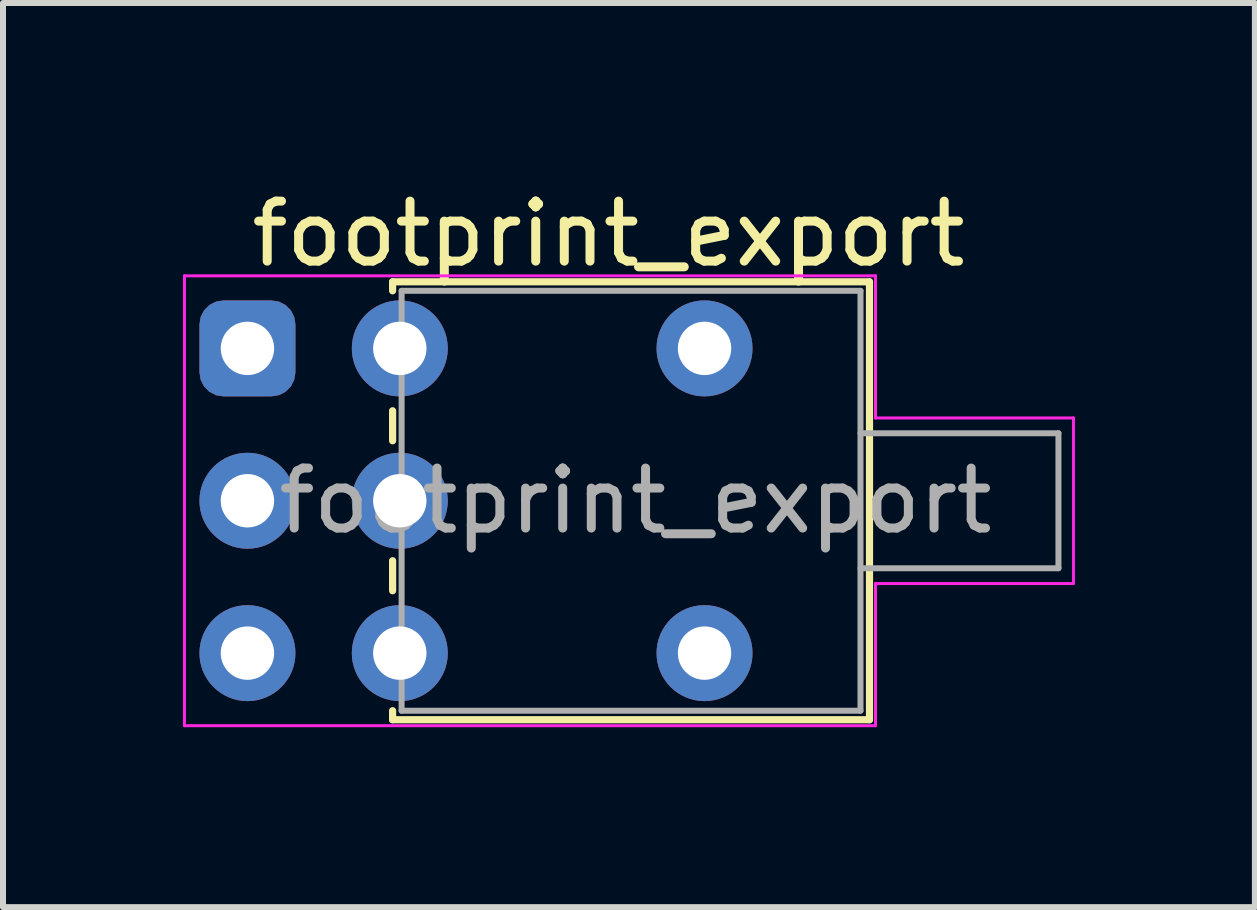
<source format=kicad_pcb>
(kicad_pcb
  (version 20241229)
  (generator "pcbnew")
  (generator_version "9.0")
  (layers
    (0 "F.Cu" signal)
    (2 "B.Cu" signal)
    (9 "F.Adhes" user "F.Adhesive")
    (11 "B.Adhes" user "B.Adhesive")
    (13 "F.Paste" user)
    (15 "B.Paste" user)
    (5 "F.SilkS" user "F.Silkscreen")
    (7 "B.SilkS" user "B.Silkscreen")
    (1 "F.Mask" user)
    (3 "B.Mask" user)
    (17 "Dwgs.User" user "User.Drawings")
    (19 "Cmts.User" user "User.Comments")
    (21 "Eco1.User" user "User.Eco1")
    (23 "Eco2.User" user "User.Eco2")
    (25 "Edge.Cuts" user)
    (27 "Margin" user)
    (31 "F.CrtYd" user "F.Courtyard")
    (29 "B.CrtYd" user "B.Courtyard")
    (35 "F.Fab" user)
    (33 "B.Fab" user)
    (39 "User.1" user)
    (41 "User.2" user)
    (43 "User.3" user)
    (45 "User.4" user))
  (footprint "footprint_export"
    (layer "F.Cu")
    (at 1.075 2.758)
    (property "Reference" "footprint_export" (at 6.02 -1.91 180) (layer "F.SilkS") (effects (font (size 1 1) (thickness 0.15))))
    (attr through_hole)
    (fp_line (start 2.42 -1.11) (end 2.42 -0.96) (stroke (width 0.12) (type solid)) (layer "F.SilkS"))
    (fp_line (start 2.42 1.54) (end 2.42 1.04) (stroke (width 0.12) (type solid)) (layer "F.SilkS"))
    (fp_line (start 2.42 4.04) (end 2.42 3.54) (stroke (width 0.12) (type solid)) (layer "F.SilkS"))
    (fp_line (start 2.42 6.19) (end 2.42 6.04) (stroke (width 0.12) (type solid)) (layer "F.SilkS"))
    (fp_line (start 2.42 6.19) (end 10.37 6.19) (stroke (width 0.12) (type solid)) (layer "F.SilkS"))
    (fp_line (start 10.37 -1.11) (end 2.42 -1.11) (stroke (width 0.12) (type solid)) (layer "F.SilkS"))
    (fp_line (start 10.37 6.19) (end 10.37 -1.11) (stroke (width 0.12) (type solid)) (layer "F.SilkS"))
    (fp_line (start -1.05 -1.21) (end 10.47 -1.21) (stroke (width 0.05) (type solid)) (layer "F.CrtYd"))
    (fp_line (start -1.05 6.29) (end -1.05 -1.21) (stroke (width 0.05) (type solid)) (layer "F.CrtYd"))
    (fp_line (start 10.47 -1.21) (end 10.47 1.16) (stroke (width 0.05) (type solid)) (layer "F.CrtYd"))
    (fp_line (start 10.47 1.16) (end 13.77 1.16) (stroke (width 0.05) (type solid)) (layer "F.CrtYd"))
    (fp_line (start 10.47 3.92) (end 10.47 6.29) (stroke (width 0.05) (type solid)) (layer "F.CrtYd"))
    (fp_line (start 10.47 6.29) (end -1.05 6.29) (stroke (width 0.05) (type solid)) (layer "F.CrtYd"))
    (fp_line (start 13.77 1.16) (end 13.77 3.92) (stroke (width 0.05) (type solid)) (layer "F.CrtYd"))
    (fp_line (start 13.77 3.92) (end 10.47 3.92) (stroke (width 0.05) (type solid)) (layer "F.CrtYd"))
    (fp_line (start 2.57 -0.96) (end 10.22 -0.96) (stroke (width 0.1) (type solid)) (layer "F.Fab"))
    (fp_line (start 2.57 6.04) (end 2.57 -0.96) (stroke (width 0.1) (type solid)) (layer "F.Fab"))
    (fp_line (start 10.22 -0.96) (end 10.22 6.04) (stroke (width 0.1) (type solid)) (layer "F.Fab"))
    (fp_line (start 10.22 6.04) (end 2.57 6.04) (stroke (width 0.1) (type solid)) (layer "F.Fab"))
    (fp_line (start 13.52 1.415) (end 10.22 1.415) (stroke (width 0.1) (type solid)) (layer "F.Fab"))
    (fp_line (start 13.52 3.665) (end 10.22 3.665) (stroke (width 0.1) (type solid)) (layer "F.Fab"))
    (fp_line (start 13.52 3.665) (end 13.52 1.415) (stroke (width 0.1) (type solid)) (layer "F.Fab"))
    (fp_text user "${REFERENCE}" (at 6.47 2.54 180) (layer "F.Fab") (effects (font (size 1 1) (thickness 0.15))))
    (pad "" thru_hole circle (at 7.62 0 180) (size 1.6 1.6) (drill 0.89) (layers "*.Cu" "*.Mask"))
    (pad "" thru_hole circle (at 7.62 5.08 180) (size 1.6 1.6) (drill 0.89) (layers "*.Cu" "*.Mask"))
    (pad "1" thru_hole roundrect (at 0 0 180) (size 1.6 1.6) (drill 0.89) (layers "*.Cu" "*.Mask") (roundrect_rratio 0.25))
    (pad "2" thru_hole circle (at 0 2.54 180) (size 1.6 1.6) (drill 0.89) (layers "*.Cu" "*.Mask"))
    (pad "3" thru_hole circle (at 0 5.08 180) (size 1.6 1.6) (drill 0.89) (layers "*.Cu" "*.Mask"))
    (pad "4" thru_hole circle (at 2.54 0 180) (size 1.6 1.6) (drill 0.89) (layers "*.Cu" "*.Mask"))
    (pad "5" thru_hole circle (at 2.54 2.54 180) (size 1.6 1.6) (drill 0.89) (layers "*.Cu" "*.Mask"))
    (pad "6" thru_hole circle (at 2.54 5.08 180) (size 1.6 1.6) (drill 0.89) (layers "*.Cu" "*.Mask")))
  (gr_rect
    (start -3 -3)
    (end 17.87 12.073)
    (stroke (width 0.1) (type default))
    (fill no)
    (layer "Edge.Cuts")))
</source>
